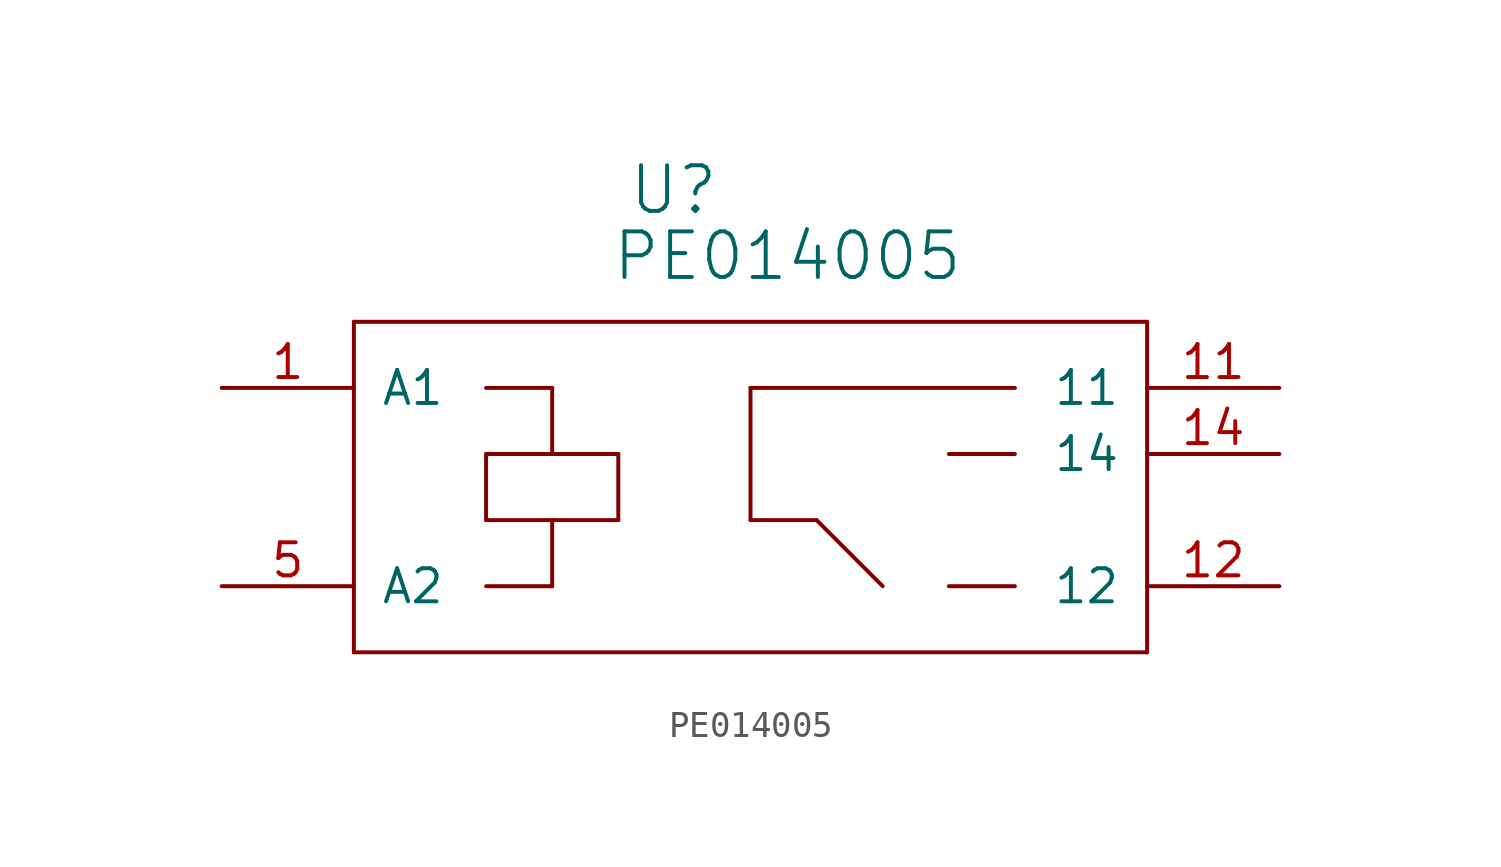
<source format=kicad_sym>
(kicad_symbol_lib
  (version 20220914)
  (generator kicad_symbol_editor)
  (symbol "PE014005"
    (pin_names
      (offset 1.016))
    (property "Reference" "U"
      (at -2.184 9.119 0)
      (effects (font (size 1.753 1.753)) (justify left bottom)))
    (property "Value" "PE014005"
      (at -2.819 6.579 0)
      (effects (font (size 1.753 1.753)) (justify left bottom)))
    (property "ki_locked" ""
      (at 0 0 0)
      (effects (font (size 1.27 1.27))))
    (symbol "PE014005_1_0"
      (polyline (pts (xy -12.7 -7.62) (xy 17.78 -7.62)) (stroke (width 0) (type default)) (fill (type none)))
      (polyline (pts (xy -12.7 5.08) (xy -12.7 -7.62)) (stroke (width 0) (type default)) (fill (type none)))
      (polyline (pts (xy -7.62 -2.54) (xy -7.62 0)) (stroke (width 0) (type default)) (fill (type none)))
      (polyline (pts (xy -7.62 0) (xy -5.08 0)) (stroke (width 0) (type default)) (fill (type none)))
      (polyline (pts (xy -7.62 2.54) (xy -5.08 2.54)) (stroke (width 0) (type default)) (fill (type none)))
      (polyline (pts (xy -5.08 -5.08) (xy -7.62 -5.08)) (stroke (width 0) (type default)) (fill (type none)))
      (polyline (pts (xy -5.08 -2.54) (xy -7.62 -2.54)) (stroke (width 0) (type default)) (fill (type none)))
      (polyline (pts (xy -5.08 -2.54) (xy -5.08 -5.08)) (stroke (width 0) (type default)) (fill (type none)))
      (polyline (pts (xy -5.08 0) (xy -2.54 0)) (stroke (width 0) (type default)) (fill (type none)))
      (polyline (pts (xy -5.08 2.54) (xy -5.08 0)) (stroke (width 0) (type default)) (fill (type none)))
      (polyline (pts (xy -2.54 -2.54) (xy -5.08 -2.54)) (stroke (width 0) (type default)) (fill (type none)))
      (polyline (pts (xy -2.54 0) (xy -2.54 -2.54)) (stroke (width 0) (type default)) (fill (type none)))
      (polyline (pts (xy 2.54 -2.54) (xy 5.08 -2.54)) (stroke (width 0) (type default)) (fill (type none)))
      (polyline (pts (xy 2.54 2.54) (xy 2.54 -2.54)) (stroke (width 0) (type default)) (fill (type none)))
      (polyline (pts (xy 5.08 -2.54) (xy 7.62 -5.08)) (stroke (width 0) (type default)) (fill (type none)))
      (polyline (pts (xy 12.7 -5.08) (xy 10.16 -5.08)) (stroke (width 0) (type default)) (fill (type none)))
      (polyline (pts (xy 12.7 0) (xy 10.16 0)) (stroke (width 0) (type default)) (fill (type none)))
      (polyline (pts (xy 12.7 2.54) (xy 2.54 2.54)) (stroke (width 0) (type default)) (fill (type none)))
      (polyline (pts (xy 17.78 -7.62) (xy 17.78 5.08)) (stroke (width 0) (type default)) (fill (type none)))
      (polyline (pts (xy 17.78 5.08) (xy -12.7 5.08)) (stroke (width 0) (type default)) (fill (type none)))
      (pin passive line (at -17.78 2.54 0) (length 5.08) (name "A1" (effects (font (size 1.27 1.27)))) (number "1" (effects (font (size 1.27 1.27)))))
      (pin passive line (at 22.86 2.54 180) (length 5.08) (name "11" (effects (font (size 1.27 1.27)))) (number "11" (effects (font (size 1.27 1.27)))))
      (pin passive line (at 22.86 -5.08 180) (length 5.08) (name "12" (effects (font (size 1.27 1.27)))) (number "12" (effects (font (size 1.27 1.27)))))
      (pin passive line (at 22.86 0 180) (length 5.08) (name "14" (effects (font (size 1.27 1.27)))) (number "14" (effects (font (size 1.27 1.27)))))
      (pin passive line (at -17.78 -5.08 0) (length 5.08) (name "A2" (effects (font (size 1.27 1.27)))) (number "5" (effects (font (size 1.27 1.27))))))))
</source>
